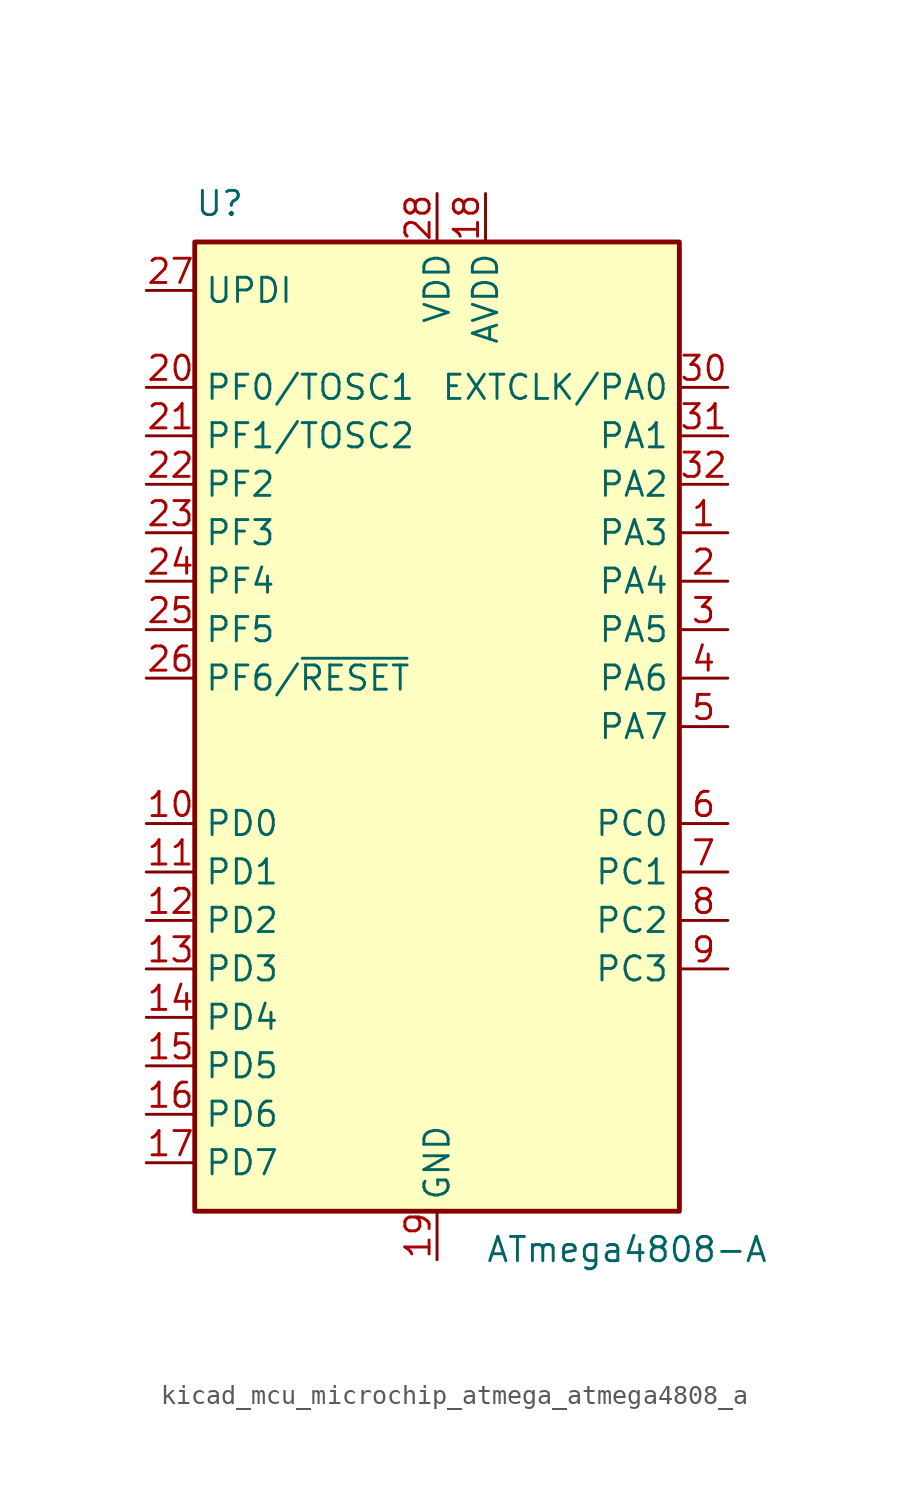
<source format=kicad_sym>
(kicad_symbol_lib
  (version 20220914)
  (generator kicad_symbol_editor)
  (symbol "kicad_mcu_microchip_atmega_atmega4808_a"
    (property "Reference" "U"
      (at -12.7 26.67 0)
      (effects (font (size 1.27 1.27)) (justify left bottom)))
    (property "Value" "ATmega4808-A"
      (at 2.54 -26.67 0)
      (effects (font (size 1.27 1.27)) (justify left top)))
    (symbol "kicad_mcu_microchip_atmega_atmega4808_a_0_1"
      (rectangle (start -12.7 -25.4) (end 12.7 25.4) (stroke (width 0.254) (type default)) (fill (type background))))
    (symbol "kicad_mcu_microchip_atmega_atmega4808_a_1_1"
      (pin bidirectional line (at 15.24 10.16 180) (length 2.54) (name "PA3" (effects (font (size 1.27 1.27)))) (number "1" (effects (font (size 1.27 1.27)))))
      (pin bidirectional line (at -15.24 -5.08 0) (length 2.54) (name "PD0" (effects (font (size 1.27 1.27)))) (number "10" (effects (font (size 1.27 1.27)))))
      (pin bidirectional line (at -15.24 -7.62 0) (length 2.54) (name "PD1" (effects (font (size 1.27 1.27)))) (number "11" (effects (font (size 1.27 1.27)))))
      (pin bidirectional line (at -15.24 -10.16 0) (length 2.54) (name "PD2" (effects (font (size 1.27 1.27)))) (number "12" (effects (font (size 1.27 1.27)))))
      (pin bidirectional line (at -15.24 -12.7 0) (length 2.54) (name "PD3" (effects (font (size 1.27 1.27)))) (number "13" (effects (font (size 1.27 1.27)))))
      (pin bidirectional line (at -15.24 -15.24 0) (length 2.54) (name "PD4" (effects (font (size 1.27 1.27)))) (number "14" (effects (font (size 1.27 1.27)))))
      (pin bidirectional line (at -15.24 -17.78 0) (length 2.54) (name "PD5" (effects (font (size 1.27 1.27)))) (number "15" (effects (font (size 1.27 1.27)))))
      (pin bidirectional line (at -15.24 -20.32 0) (length 2.54) (name "PD6" (effects (font (size 1.27 1.27)))) (number "16" (effects (font (size 1.27 1.27)))))
      (pin bidirectional line (at -15.24 -22.86 0) (length 2.54) (name "PD7" (effects (font (size 1.27 1.27)))) (number "17" (effects (font (size 1.27 1.27)))))
      (pin power_in line (at 2.54 27.94 270) (length 2.54) (name "AVDD" (effects (font (size 1.27 1.27)))) (number "18" (effects (font (size 1.27 1.27)))))
      (pin power_in line (at 0 -27.94 90) (length 2.54) (name "GND" (effects (font (size 1.27 1.27)))) (number "19" (effects (font (size 1.27 1.27)))))
      (pin bidirectional line (at 15.24 7.62 180) (length 2.54) (name "PA4" (effects (font (size 1.27 1.27)))) (number "2" (effects (font (size 1.27 1.27)))))
      (pin bidirectional line (at -15.24 17.78 0) (length 2.54) (name "PF0/TOSC1" (effects (font (size 1.27 1.27)))) (number "20" (effects (font (size 1.27 1.27)))))
      (pin bidirectional line (at -15.24 15.24 0) (length 2.54) (name "PF1/TOSC2" (effects (font (size 1.27 1.27)))) (number "21" (effects (font (size 1.27 1.27)))))
      (pin bidirectional line (at -15.24 12.7 0) (length 2.54) (name "PF2" (effects (font (size 1.27 1.27)))) (number "22" (effects (font (size 1.27 1.27)))))
      (pin bidirectional line (at -15.24 10.16 0) (length 2.54) (name "PF3" (effects (font (size 1.27 1.27)))) (number "23" (effects (font (size 1.27 1.27)))))
      (pin bidirectional line (at -15.24 7.62 0) (length 2.54) (name "PF4" (effects (font (size 1.27 1.27)))) (number "24" (effects (font (size 1.27 1.27)))))
      (pin bidirectional line (at -15.24 5.08 0) (length 2.54) (name "PF5" (effects (font (size 1.27 1.27)))) (number "25" (effects (font (size 1.27 1.27)))))
      (pin bidirectional line (at -15.24 2.54 0) (length 2.54) (name "PF6/~{RESET}" (effects (font (size 1.27 1.27)))) (number "26" (effects (font (size 1.27 1.27)))))
      (pin bidirectional line (at -15.24 22.86 0) (length 2.54) (name "UPDI" (effects (font (size 1.27 1.27)))) (number "27" (effects (font (size 1.27 1.27)))))
      (pin power_in line (at 0 27.94 270) (length 2.54) (name "VDD" (effects (font (size 1.27 1.27)))) (number "28" (effects (font (size 1.27 1.27)))))
      (pin passive line (at 0 -27.94 90) (length 2.54) hide (name "GND" (effects (font (size 1.27 1.27)))) (number "29" (effects (font (size 1.27 1.27)))))
      (pin bidirectional line (at 15.24 5.08 180) (length 2.54) (name "PA5" (effects (font (size 1.27 1.27)))) (number "3" (effects (font (size 1.27 1.27)))))
      (pin bidirectional line (at 15.24 17.78 180) (length 2.54) (name "EXTCLK/PA0" (effects (font (size 1.27 1.27)))) (number "30" (effects (font (size 1.27 1.27)))))
      (pin bidirectional line (at 15.24 15.24 180) (length 2.54) (name "PA1" (effects (font (size 1.27 1.27)))) (number "31" (effects (font (size 1.27 1.27)))))
      (pin bidirectional line (at 15.24 12.7 180) (length 2.54) (name "PA2" (effects (font (size 1.27 1.27)))) (number "32" (effects (font (size 1.27 1.27)))))
      (pin bidirectional line (at 15.24 2.54 180) (length 2.54) (name "PA6" (effects (font (size 1.27 1.27)))) (number "4" (effects (font (size 1.27 1.27)))))
      (pin bidirectional line (at 15.24 0 180) (length 2.54) (name "PA7" (effects (font (size 1.27 1.27)))) (number "5" (effects (font (size 1.27 1.27)))))
      (pin bidirectional line (at 15.24 -5.08 180) (length 2.54) (name "PC0" (effects (font (size 1.27 1.27)))) (number "6" (effects (font (size 1.27 1.27)))))
      (pin bidirectional line (at 15.24 -7.62 180) (length 2.54) (name "PC1" (effects (font (size 1.27 1.27)))) (number "7" (effects (font (size 1.27 1.27)))))
      (pin bidirectional line (at 15.24 -10.16 180) (length 2.54) (name "PC2" (effects (font (size 1.27 1.27)))) (number "8" (effects (font (size 1.27 1.27)))))
      (pin bidirectional line (at 15.24 -12.7 180) (length 2.54) (name "PC3" (effects (font (size 1.27 1.27)))) (number "9" (effects (font (size 1.27 1.27))))))))
</source>
